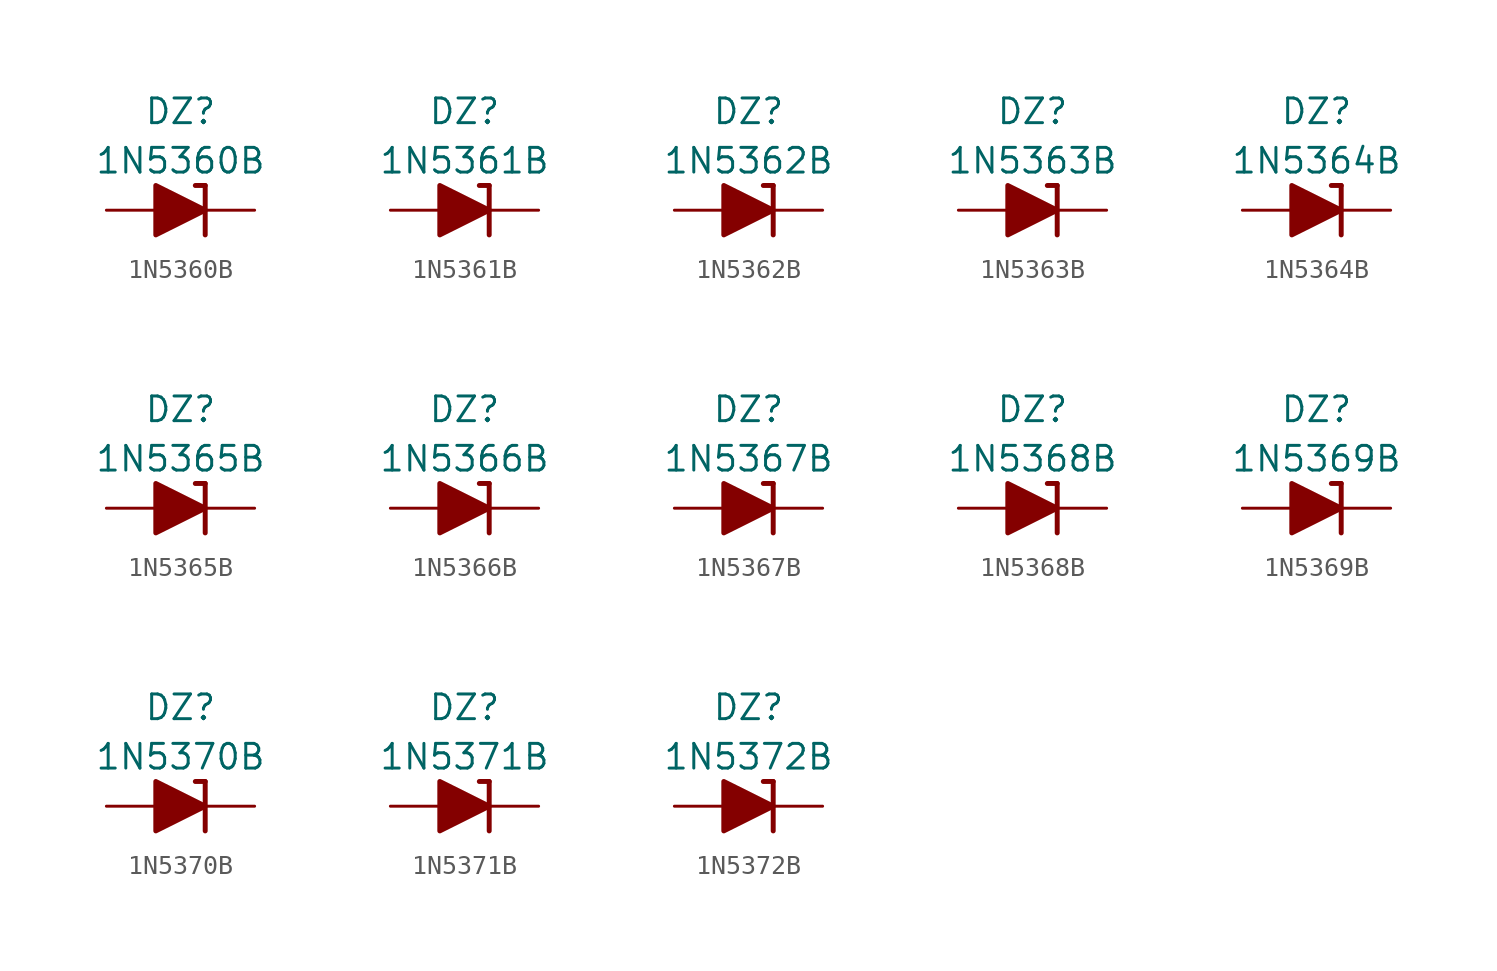
<source format=kicad_sym>
(kicad_symbol_lib
  (version 20201005)
  (generator kicad_symbol_editor)
  (symbol "Diode_Zener_AKL:1N5360B"
    (pin_numbers hide)
    (pin_names
      (offset 1.016) hide)
    (property "Reference" "DZ"
      (at 0 5.08 0)
      (effects (font (size 1.27 1.27))))
    (property "Value" "1N5360B"
      (at 0 2.54 0)
      (effects (font (size 1.27 1.27))))
    (symbol "1N5360B_0_1"
      (polyline (pts (xy -1.27 0) (xy 1.27 0)) (stroke (width 0)) (fill (type none)))
      (polyline (pts (xy 1.27 1.27) (xy 0.762 1.27)) (stroke (width 0.254)) (fill (type none)))
      (polyline (pts (xy 1.27 1.27) (xy 1.27 -1.27)) (stroke (width 0.254)) (fill (type none)))
      (polyline (pts (xy -1.27 -1.27) (xy -1.27 1.27) (xy 1.27 0) (xy -1.27 -1.27)) (stroke (width 0.254)) (fill (type outline))))
    (symbol "1N5360B_1_1"
      (pin passive line (at 3.81 0 180) (length 2.54) (name "K" (effects (font (size 1.27 1.27)))) (number "1" (effects (font (size 1.27 1.27)))))
      (pin passive line (at -3.81 0 0) (length 2.54) (name "A" (effects (font (size 1.27 1.27)))) (number "2" (effects (font (size 1.27 1.27)))))))
  (symbol "Diode_Zener_AKL:1N5361B"
    (pin_numbers hide)
    (pin_names
      (offset 1.016) hide)
    (property "Reference" "DZ"
      (at 0 5.08 0)
      (effects (font (size 1.27 1.27))))
    (property "Value" "1N5361B"
      (at 0 2.54 0)
      (effects (font (size 1.27 1.27))))
    (symbol "1N5361B_0_1"
      (polyline (pts (xy -1.27 0) (xy 1.27 0)) (stroke (width 0)) (fill (type none)))
      (polyline (pts (xy 1.27 1.27) (xy 0.762 1.27)) (stroke (width 0.254)) (fill (type none)))
      (polyline (pts (xy 1.27 1.27) (xy 1.27 -1.27)) (stroke (width 0.254)) (fill (type none)))
      (polyline (pts (xy -1.27 -1.27) (xy -1.27 1.27) (xy 1.27 0) (xy -1.27 -1.27)) (stroke (width 0.254)) (fill (type outline))))
    (symbol "1N5361B_1_1"
      (pin passive line (at 3.81 0 180) (length 2.54) (name "K" (effects (font (size 1.27 1.27)))) (number "1" (effects (font (size 1.27 1.27)))))
      (pin passive line (at -3.81 0 0) (length 2.54) (name "A" (effects (font (size 1.27 1.27)))) (number "2" (effects (font (size 1.27 1.27)))))))
  (symbol "Diode_Zener_AKL:1N5362B"
    (pin_numbers hide)
    (pin_names
      (offset 1.016) hide)
    (property "Reference" "DZ"
      (at 0 5.08 0)
      (effects (font (size 1.27 1.27))))
    (property "Value" "1N5362B"
      (at 0 2.54 0)
      (effects (font (size 1.27 1.27))))
    (symbol "1N5362B_0_1"
      (polyline (pts (xy -1.27 0) (xy 1.27 0)) (stroke (width 0)) (fill (type none)))
      (polyline (pts (xy 1.27 1.27) (xy 0.762 1.27)) (stroke (width 0.254)) (fill (type none)))
      (polyline (pts (xy 1.27 1.27) (xy 1.27 -1.27)) (stroke (width 0.254)) (fill (type none)))
      (polyline (pts (xy -1.27 -1.27) (xy -1.27 1.27) (xy 1.27 0) (xy -1.27 -1.27)) (stroke (width 0.254)) (fill (type outline))))
    (symbol "1N5362B_1_1"
      (pin passive line (at 3.81 0 180) (length 2.54) (name "K" (effects (font (size 1.27 1.27)))) (number "1" (effects (font (size 1.27 1.27)))))
      (pin passive line (at -3.81 0 0) (length 2.54) (name "A" (effects (font (size 1.27 1.27)))) (number "2" (effects (font (size 1.27 1.27)))))))
  (symbol "Diode_Zener_AKL:1N5363B"
    (pin_numbers hide)
    (pin_names
      (offset 1.016) hide)
    (property "Reference" "DZ"
      (at 0 5.08 0)
      (effects (font (size 1.27 1.27))))
    (property "Value" "1N5363B"
      (at 0 2.54 0)
      (effects (font (size 1.27 1.27))))
    (symbol "1N5363B_0_1"
      (polyline (pts (xy -1.27 0) (xy 1.27 0)) (stroke (width 0)) (fill (type none)))
      (polyline (pts (xy 1.27 1.27) (xy 0.762 1.27)) (stroke (width 0.254)) (fill (type none)))
      (polyline (pts (xy 1.27 1.27) (xy 1.27 -1.27)) (stroke (width 0.254)) (fill (type none)))
      (polyline (pts (xy -1.27 -1.27) (xy -1.27 1.27) (xy 1.27 0) (xy -1.27 -1.27)) (stroke (width 0.254)) (fill (type outline))))
    (symbol "1N5363B_1_1"
      (pin passive line (at 3.81 0 180) (length 2.54) (name "K" (effects (font (size 1.27 1.27)))) (number "1" (effects (font (size 1.27 1.27)))))
      (pin passive line (at -3.81 0 0) (length 2.54) (name "A" (effects (font (size 1.27 1.27)))) (number "2" (effects (font (size 1.27 1.27)))))))
  (symbol "Diode_Zener_AKL:1N5364B"
    (pin_numbers hide)
    (pin_names
      (offset 1.016) hide)
    (property "Reference" "DZ"
      (at 0 5.08 0)
      (effects (font (size 1.27 1.27))))
    (property "Value" "1N5364B"
      (at 0 2.54 0)
      (effects (font (size 1.27 1.27))))
    (symbol "1N5364B_0_1"
      (polyline (pts (xy -1.27 0) (xy 1.27 0)) (stroke (width 0)) (fill (type none)))
      (polyline (pts (xy 1.27 1.27) (xy 0.762 1.27)) (stroke (width 0.254)) (fill (type none)))
      (polyline (pts (xy 1.27 1.27) (xy 1.27 -1.27)) (stroke (width 0.254)) (fill (type none)))
      (polyline (pts (xy -1.27 -1.27) (xy -1.27 1.27) (xy 1.27 0) (xy -1.27 -1.27)) (stroke (width 0.254)) (fill (type outline))))
    (symbol "1N5364B_1_1"
      (pin passive line (at 3.81 0 180) (length 2.54) (name "K" (effects (font (size 1.27 1.27)))) (number "1" (effects (font (size 1.27 1.27)))))
      (pin passive line (at -3.81 0 0) (length 2.54) (name "A" (effects (font (size 1.27 1.27)))) (number "2" (effects (font (size 1.27 1.27)))))))
  (symbol "Diode_Zener_AKL:1N5365B"
    (pin_numbers hide)
    (pin_names
      (offset 1.016) hide)
    (property "Reference" "DZ"
      (at 0 5.08 0)
      (effects (font (size 1.27 1.27))))
    (property "Value" "1N5365B"
      (at 0 2.54 0)
      (effects (font (size 1.27 1.27))))
    (symbol "1N5365B_0_1"
      (polyline (pts (xy -1.27 0) (xy 1.27 0)) (stroke (width 0)) (fill (type none)))
      (polyline (pts (xy 1.27 1.27) (xy 0.762 1.27)) (stroke (width 0.254)) (fill (type none)))
      (polyline (pts (xy 1.27 1.27) (xy 1.27 -1.27)) (stroke (width 0.254)) (fill (type none)))
      (polyline (pts (xy -1.27 -1.27) (xy -1.27 1.27) (xy 1.27 0) (xy -1.27 -1.27)) (stroke (width 0.254)) (fill (type outline))))
    (symbol "1N5365B_1_1"
      (pin passive line (at 3.81 0 180) (length 2.54) (name "K" (effects (font (size 1.27 1.27)))) (number "1" (effects (font (size 1.27 1.27)))))
      (pin passive line (at -3.81 0 0) (length 2.54) (name "A" (effects (font (size 1.27 1.27)))) (number "2" (effects (font (size 1.27 1.27)))))))
  (symbol "Diode_Zener_AKL:1N5366B"
    (pin_numbers hide)
    (pin_names
      (offset 1.016) hide)
    (property "Reference" "DZ"
      (at 0 5.08 0)
      (effects (font (size 1.27 1.27))))
    (property "Value" "1N5366B"
      (at 0 2.54 0)
      (effects (font (size 1.27 1.27))))
    (symbol "1N5366B_0_1"
      (polyline (pts (xy -1.27 0) (xy 1.27 0)) (stroke (width 0)) (fill (type none)))
      (polyline (pts (xy 1.27 1.27) (xy 0.762 1.27)) (stroke (width 0.254)) (fill (type none)))
      (polyline (pts (xy 1.27 1.27) (xy 1.27 -1.27)) (stroke (width 0.254)) (fill (type none)))
      (polyline (pts (xy -1.27 -1.27) (xy -1.27 1.27) (xy 1.27 0) (xy -1.27 -1.27)) (stroke (width 0.254)) (fill (type outline))))
    (symbol "1N5366B_1_1"
      (pin passive line (at 3.81 0 180) (length 2.54) (name "K" (effects (font (size 1.27 1.27)))) (number "1" (effects (font (size 1.27 1.27)))))
      (pin passive line (at -3.81 0 0) (length 2.54) (name "A" (effects (font (size 1.27 1.27)))) (number "2" (effects (font (size 1.27 1.27)))))))
  (symbol "Diode_Zener_AKL:1N5367B"
    (pin_numbers hide)
    (pin_names
      (offset 1.016) hide)
    (property "Reference" "DZ"
      (at 0 5.08 0)
      (effects (font (size 1.27 1.27))))
    (property "Value" "1N5367B"
      (at 0 2.54 0)
      (effects (font (size 1.27 1.27))))
    (symbol "1N5367B_0_1"
      (polyline (pts (xy -1.27 0) (xy 1.27 0)) (stroke (width 0)) (fill (type none)))
      (polyline (pts (xy 1.27 1.27) (xy 0.762 1.27)) (stroke (width 0.254)) (fill (type none)))
      (polyline (pts (xy 1.27 1.27) (xy 1.27 -1.27)) (stroke (width 0.254)) (fill (type none)))
      (polyline (pts (xy -1.27 -1.27) (xy -1.27 1.27) (xy 1.27 0) (xy -1.27 -1.27)) (stroke (width 0.254)) (fill (type outline))))
    (symbol "1N5367B_1_1"
      (pin passive line (at 3.81 0 180) (length 2.54) (name "K" (effects (font (size 1.27 1.27)))) (number "1" (effects (font (size 1.27 1.27)))))
      (pin passive line (at -3.81 0 0) (length 2.54) (name "A" (effects (font (size 1.27 1.27)))) (number "2" (effects (font (size 1.27 1.27)))))))
  (symbol "Diode_Zener_AKL:1N5368B"
    (pin_numbers hide)
    (pin_names
      (offset 1.016) hide)
    (property "Reference" "DZ"
      (at 0 5.08 0)
      (effects (font (size 1.27 1.27))))
    (property "Value" "1N5368B"
      (at 0 2.54 0)
      (effects (font (size 1.27 1.27))))
    (symbol "1N5368B_0_1"
      (polyline (pts (xy -1.27 0) (xy 1.27 0)) (stroke (width 0)) (fill (type none)))
      (polyline (pts (xy 1.27 1.27) (xy 0.762 1.27)) (stroke (width 0.254)) (fill (type none)))
      (polyline (pts (xy 1.27 1.27) (xy 1.27 -1.27)) (stroke (width 0.254)) (fill (type none)))
      (polyline (pts (xy -1.27 -1.27) (xy -1.27 1.27) (xy 1.27 0) (xy -1.27 -1.27)) (stroke (width 0.254)) (fill (type outline))))
    (symbol "1N5368B_1_1"
      (pin passive line (at 3.81 0 180) (length 2.54) (name "K" (effects (font (size 1.27 1.27)))) (number "1" (effects (font (size 1.27 1.27)))))
      (pin passive line (at -3.81 0 0) (length 2.54) (name "A" (effects (font (size 1.27 1.27)))) (number "2" (effects (font (size 1.27 1.27)))))))
  (symbol "Diode_Zener_AKL:1N5369B"
    (pin_numbers hide)
    (pin_names
      (offset 1.016) hide)
    (property "Reference" "DZ"
      (at 0 5.08 0)
      (effects (font (size 1.27 1.27))))
    (property "Value" "1N5369B"
      (at 0 2.54 0)
      (effects (font (size 1.27 1.27))))
    (symbol "1N5369B_0_1"
      (polyline (pts (xy -1.27 0) (xy 1.27 0)) (stroke (width 0)) (fill (type none)))
      (polyline (pts (xy 1.27 1.27) (xy 0.762 1.27)) (stroke (width 0.254)) (fill (type none)))
      (polyline (pts (xy 1.27 1.27) (xy 1.27 -1.27)) (stroke (width 0.254)) (fill (type none)))
      (polyline (pts (xy -1.27 -1.27) (xy -1.27 1.27) (xy 1.27 0) (xy -1.27 -1.27)) (stroke (width 0.254)) (fill (type outline))))
    (symbol "1N5369B_1_1"
      (pin passive line (at 3.81 0 180) (length 2.54) (name "K" (effects (font (size 1.27 1.27)))) (number "1" (effects (font (size 1.27 1.27)))))
      (pin passive line (at -3.81 0 0) (length 2.54) (name "A" (effects (font (size 1.27 1.27)))) (number "2" (effects (font (size 1.27 1.27)))))))
  (symbol "Diode_Zener_AKL:1N5370B"
    (pin_numbers hide)
    (pin_names
      (offset 1.016) hide)
    (property "Reference" "DZ"
      (at 0 5.08 0)
      (effects (font (size 1.27 1.27))))
    (property "Value" "1N5370B"
      (at 0 2.54 0)
      (effects (font (size 1.27 1.27))))
    (symbol "1N5370B_0_1"
      (polyline (pts (xy -1.27 0) (xy 1.27 0)) (stroke (width 0)) (fill (type none)))
      (polyline (pts (xy 1.27 1.27) (xy 0.762 1.27)) (stroke (width 0.254)) (fill (type none)))
      (polyline (pts (xy 1.27 1.27) (xy 1.27 -1.27)) (stroke (width 0.254)) (fill (type none)))
      (polyline (pts (xy -1.27 -1.27) (xy -1.27 1.27) (xy 1.27 0) (xy -1.27 -1.27)) (stroke (width 0.254)) (fill (type outline))))
    (symbol "1N5370B_1_1"
      (pin passive line (at 3.81 0 180) (length 2.54) (name "K" (effects (font (size 1.27 1.27)))) (number "1" (effects (font (size 1.27 1.27)))))
      (pin passive line (at -3.81 0 0) (length 2.54) (name "A" (effects (font (size 1.27 1.27)))) (number "2" (effects (font (size 1.27 1.27)))))))
  (symbol "Diode_Zener_AKL:1N5371B"
    (pin_numbers hide)
    (pin_names
      (offset 1.016) hide)
    (property "Reference" "DZ"
      (at 0 5.08 0)
      (effects (font (size 1.27 1.27))))
    (property "Value" "1N5371B"
      (at 0 2.54 0)
      (effects (font (size 1.27 1.27))))
    (symbol "1N5371B_0_1"
      (polyline (pts (xy -1.27 0) (xy 1.27 0)) (stroke (width 0)) (fill (type none)))
      (polyline (pts (xy 1.27 1.27) (xy 0.762 1.27)) (stroke (width 0.254)) (fill (type none)))
      (polyline (pts (xy 1.27 1.27) (xy 1.27 -1.27)) (stroke (width 0.254)) (fill (type none)))
      (polyline (pts (xy -1.27 -1.27) (xy -1.27 1.27) (xy 1.27 0) (xy -1.27 -1.27)) (stroke (width 0.254)) (fill (type outline))))
    (symbol "1N5371B_1_1"
      (pin passive line (at 3.81 0 180) (length 2.54) (name "K" (effects (font (size 1.27 1.27)))) (number "1" (effects (font (size 1.27 1.27)))))
      (pin passive line (at -3.81 0 0) (length 2.54) (name "A" (effects (font (size 1.27 1.27)))) (number "2" (effects (font (size 1.27 1.27)))))))
  (symbol "Diode_Zener_AKL:1N5372B"
    (pin_numbers hide)
    (pin_names
      (offset 1.016) hide)
    (property "Reference" "DZ"
      (at 0 5.08 0)
      (effects (font (size 1.27 1.27))))
    (property "Value" "1N5372B"
      (at 0 2.54 0)
      (effects (font (size 1.27 1.27))))
    (symbol "1N5372B_0_1"
      (polyline (pts (xy -1.27 0) (xy 1.27 0)) (stroke (width 0)) (fill (type none)))
      (polyline (pts (xy 1.27 1.27) (xy 0.762 1.27)) (stroke (width 0.254)) (fill (type none)))
      (polyline (pts (xy 1.27 1.27) (xy 1.27 -1.27)) (stroke (width 0.254)) (fill (type none)))
      (polyline (pts (xy -1.27 -1.27) (xy -1.27 1.27) (xy 1.27 0) (xy -1.27 -1.27)) (stroke (width 0.254)) (fill (type outline))))
    (symbol "1N5372B_1_1"
      (pin passive line (at 3.81 0 180) (length 2.54) (name "K" (effects (font (size 1.27 1.27)))) (number "1" (effects (font (size 1.27 1.27)))))
      (pin passive line (at -3.81 0 0) (length 2.54) (name "A" (effects (font (size 1.27 1.27)))) (number "2" (effects (font (size 1.27 1.27))))))))
</source>
